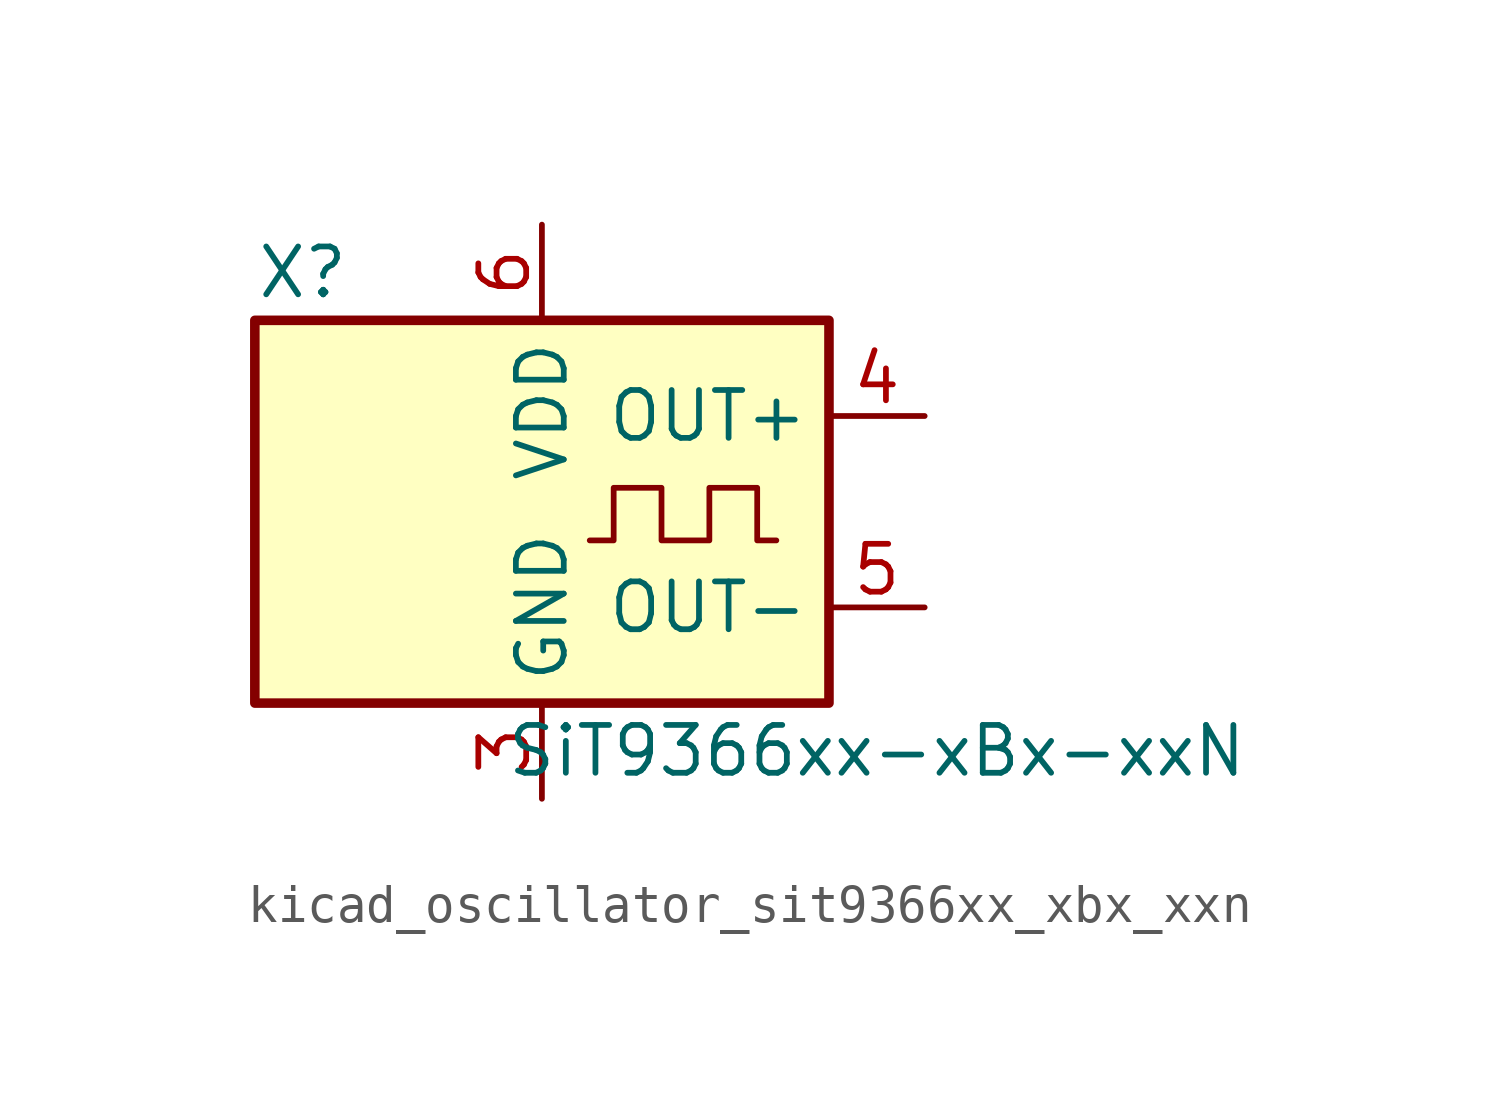
<source format=kicad_sym>
(kicad_symbol_lib
  (version 20220914)
  (generator kicad_symbol_editor)
  (symbol "kicad_oscillator_sit9366xx_xbx_xxn"
    (property "Reference" "X"
      (at -6.35 6.35 0)
      (effects (font (size 1.27 1.27))))
    (property "Value" "SiT9366xx-xBx-xxN"
      (at 8.89 -6.35 0)
      (effects (font (size 1.27 1.27))))
    (symbol "kicad_oscillator_sit9366xx_xbx_xxn_0_1"
      (rectangle (start -7.62 5.08) (end 7.62 -5.08) (stroke (width 0.254) (type default)) (fill (type background)))
      (polyline (pts (xy 1.27 -0.762) (xy 1.905 -0.762) (xy 1.905 0.635) (xy 3.175 0.635) (xy 3.175 -0.762) (xy 4.445 -0.762) (xy 4.445 0.635) (xy 5.715 0.635) (xy 5.715 -0.762) (xy 6.223 -0.762)) (stroke (width 0) (type default)) (fill (type none))))
    (symbol "kicad_oscillator_sit9366xx_xbx_xxn_1_1"
      (pin no_connect line (at -7.62 0 0) (length 2.54) hide (name "NC" (effects (font (size 1.27 1.27)))) (number "1" (effects (font (size 1.27 1.27)))))
      (pin no_connect line (at -7.62 2.54 0) (length 2.54) hide (name "NC" (effects (font (size 1.27 1.27)))) (number "2" (effects (font (size 1.27 1.27)))))
      (pin power_in line (at 0 -7.62 90) (length 2.54) (name "GND" (effects (font (size 1.27 1.27)))) (number "3" (effects (font (size 1.27 1.27)))))
      (pin output line (at 10.16 2.54 180) (length 2.54) (name "OUT+" (effects (font (size 1.27 1.27)))) (number "4" (effects (font (size 1.27 1.27)))))
      (pin output line (at 10.16 -2.54 180) (length 2.54) (name "OUT-" (effects (font (size 1.27 1.27)))) (number "5" (effects (font (size 1.27 1.27)))))
      (pin power_in line (at 0 7.62 270) (length 2.54) (name "VDD" (effects (font (size 1.27 1.27)))) (number "6" (effects (font (size 1.27 1.27))))))))
</source>
